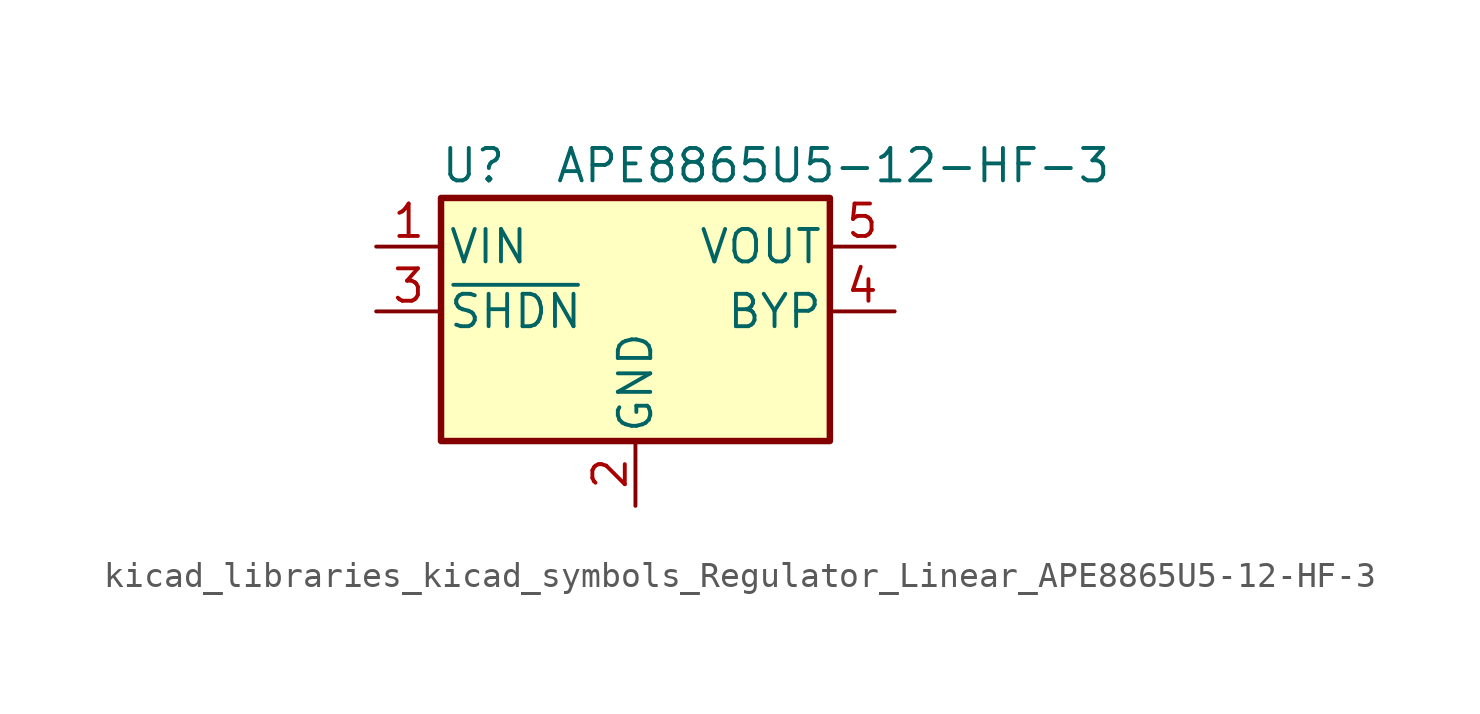
<source format=kicad_sym>
(kicad_symbol_lib
  (version 20220914)
  (generator kicad_symbol_editor)
  (symbol "kicad_libraries_kicad_symbols_Regulator_Linear_APE8865U5-12-HF-3"
    (pin_names
      (offset 0.254))
    (property "Reference" "U"
      (at -6.35 5.715 0)
      (effects (font (size 1.27 1.27))))
    (property "Value" "APE8865U5-12-HF-3"
      (at -3.175 5.715 0)
      (effects (font (size 1.27 1.27)) (justify left)))
    (symbol "kicad_libraries_kicad_symbols_Regulator_Linear_APE8865U5-12-HF-3_0_1"
      (rectangle (start -7.62 4.445) (end 7.62 -5.08) (stroke (width 0.254) (type default)) (fill (type background))))
    (symbol "kicad_libraries_kicad_symbols_Regulator_Linear_APE8865U5-12-HF-3_1_1"
      (pin power_in line (at -10.16 2.54 0) (length 2.54) (name "VIN" (effects (font (size 1.27 1.27)))) (number "1" (effects (font (size 1.27 1.27)))))
      (pin power_in line (at 0 -7.62 90) (length 2.54) (name "GND" (effects (font (size 1.27 1.27)))) (number "2" (effects (font (size 1.27 1.27)))))
      (pin input line (at -10.16 0 0) (length 2.54) (name "~{SHDN}" (effects (font (size 1.27 1.27)))) (number "3" (effects (font (size 1.27 1.27)))))
      (pin input line (at 10.16 0 180) (length 2.54) (name "BYP" (effects (font (size 1.27 1.27)))) (number "4" (effects (font (size 1.27 1.27)))))
      (pin power_out line (at 10.16 2.54 180) (length 2.54) (name "VOUT" (effects (font (size 1.27 1.27)))) (number "5" (effects (font (size 1.27 1.27))))))))
</source>
